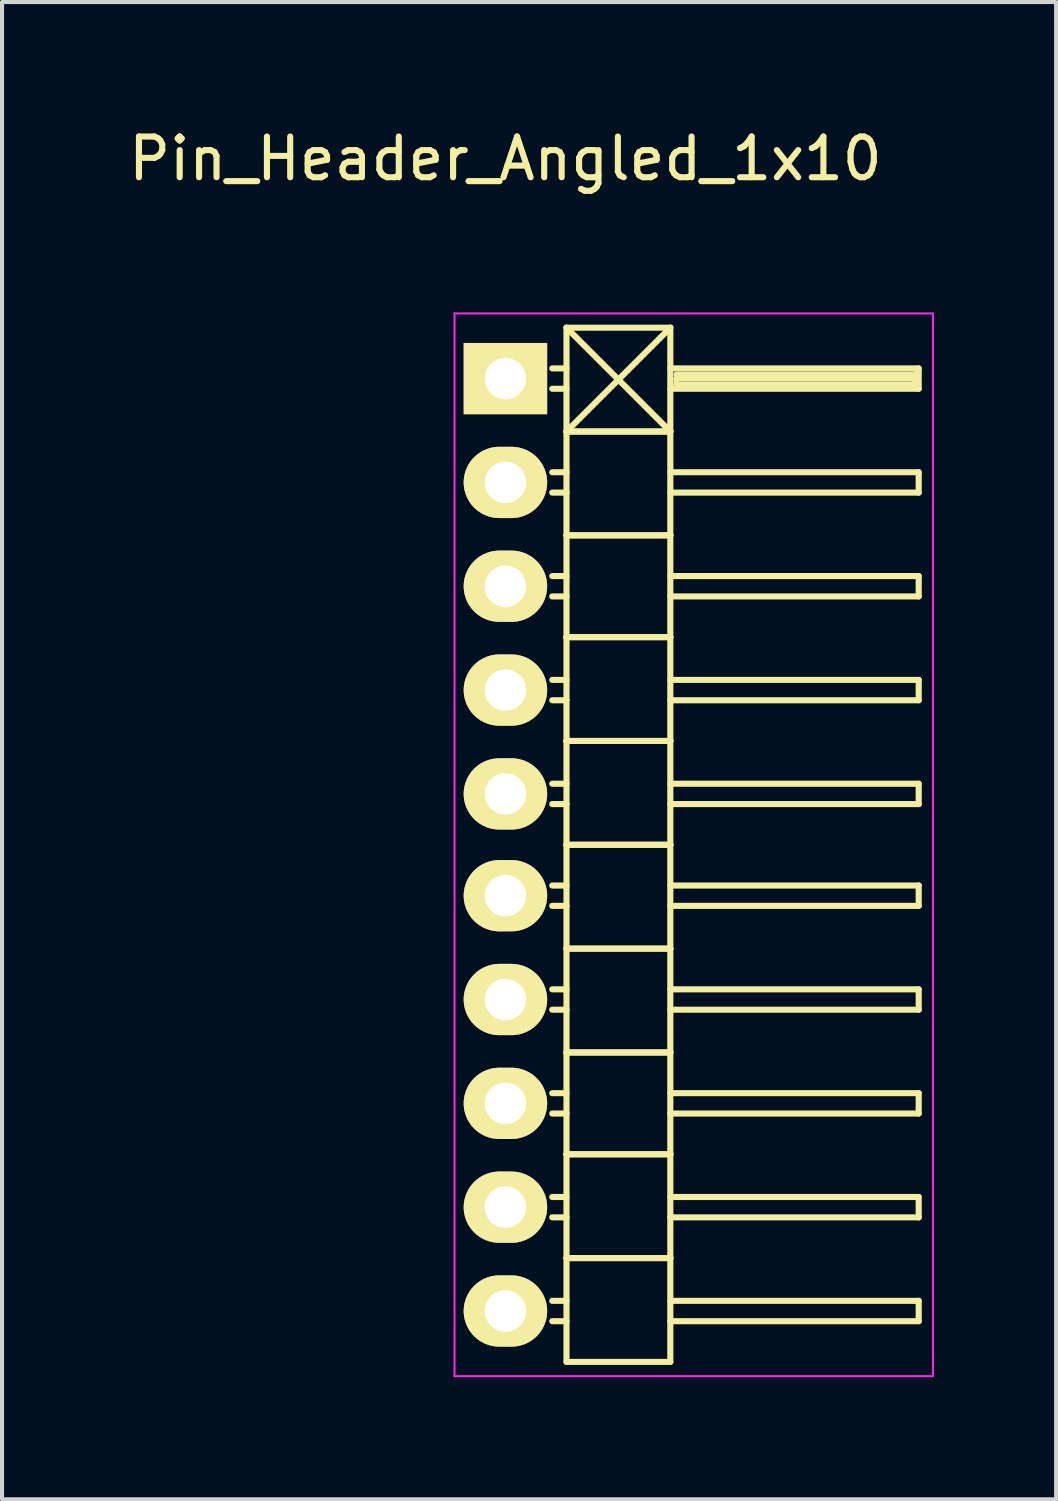
<source format=kicad_pcb>
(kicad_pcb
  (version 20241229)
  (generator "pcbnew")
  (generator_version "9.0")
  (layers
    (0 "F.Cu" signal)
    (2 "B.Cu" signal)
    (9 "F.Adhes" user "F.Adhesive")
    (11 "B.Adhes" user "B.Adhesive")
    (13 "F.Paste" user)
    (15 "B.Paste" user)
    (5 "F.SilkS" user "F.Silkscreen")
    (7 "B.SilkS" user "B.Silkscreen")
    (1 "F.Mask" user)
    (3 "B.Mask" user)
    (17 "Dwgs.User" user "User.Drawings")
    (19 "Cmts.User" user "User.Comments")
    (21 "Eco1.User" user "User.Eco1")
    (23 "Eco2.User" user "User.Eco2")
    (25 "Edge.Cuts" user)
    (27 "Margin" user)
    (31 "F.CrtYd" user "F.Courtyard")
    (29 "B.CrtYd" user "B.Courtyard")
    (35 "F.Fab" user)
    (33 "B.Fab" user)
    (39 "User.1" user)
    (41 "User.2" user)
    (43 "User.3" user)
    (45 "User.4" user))
  (footprint "Pin_Header_Angled_1x10"
    (layer "F.Cu")
    (at 9.363 6.248)
    (property "Reference" "Pin_Header_Angled_1x10" (at 0 -5.4 0) (layer "F.SilkS") (effects (font (size 1 1) (thickness 0.15))))
    (attr through_hole)
    (fp_line (start 1.5 -1.25) (end 1.5 1.3) (stroke (width 0.15) (type solid)) (layer "F.SilkS"))
    (fp_line (start 1.5 -1.25) (end 4.05 -1.25) (stroke (width 0.15) (type solid)) (layer "F.SilkS"))
    (fp_line (start 1.5 -0.25) (end 1.15 -0.25) (stroke (width 0.15) (type solid)) (layer "F.SilkS"))
    (fp_line (start 1.5 0.25) (end 1.15 0.25) (stroke (width 0.15) (type solid)) (layer "F.SilkS"))
    (fp_line (start 1.5 1.3) (end 1.5 3.85) (stroke (width 0.15) (type solid)) (layer "F.SilkS"))
    (fp_line (start 1.5 1.3) (end 4.05 1.3) (stroke (width 0.15) (type solid)) (layer "F.SilkS"))
    (fp_line (start 1.5 1.3) (end 4.05 1.3) (stroke (width 0.15) (type solid)) (layer "F.SilkS"))
    (fp_line (start 1.5 2.3) (end 1.15 2.3) (stroke (width 0.15) (type solid)) (layer "F.SilkS"))
    (fp_line (start 1.5 2.8) (end 1.15 2.8) (stroke (width 0.15) (type solid)) (layer "F.SilkS"))
    (fp_line (start 1.5 3.85) (end 1.5 6.35) (stroke (width 0.15) (type solid)) (layer "F.SilkS"))
    (fp_line (start 1.5 3.85) (end 4.05 3.85) (stroke (width 0.15) (type solid)) (layer "F.SilkS"))
    (fp_line (start 1.5 3.85) (end 4.05 3.85) (stroke (width 0.15) (type solid)) (layer "F.SilkS"))
    (fp_line (start 1.5 4.85) (end 1.15 4.85) (stroke (width 0.15) (type solid)) (layer "F.SilkS"))
    (fp_line (start 1.5 5.35) (end 1.15 5.35) (stroke (width 0.15) (type solid)) (layer "F.SilkS"))
    (fp_line (start 1.5 6.35) (end 1.5 8.9) (stroke (width 0.15) (type solid)) (layer "F.SilkS"))
    (fp_line (start 1.5 6.35) (end 4.05 6.35) (stroke (width 0.15) (type solid)) (layer "F.SilkS"))
    (fp_line (start 1.5 6.35) (end 4.05 6.35) (stroke (width 0.15) (type solid)) (layer "F.SilkS"))
    (fp_line (start 1.5 7.4) (end 1.15 7.4) (stroke (width 0.15) (type solid)) (layer "F.SilkS"))
    (fp_line (start 1.5 7.9) (end 1.15 7.9) (stroke (width 0.15) (type solid)) (layer "F.SilkS"))
    (fp_line (start 1.5 8.9) (end 1.5 11.45) (stroke (width 0.15) (type solid)) (layer "F.SilkS"))
    (fp_line (start 1.5 8.9) (end 4.05 8.9) (stroke (width 0.15) (type solid)) (layer "F.SilkS"))
    (fp_line (start 1.5 8.9) (end 4.05 8.9) (stroke (width 0.15) (type solid)) (layer "F.SilkS"))
    (fp_line (start 1.5 9.95) (end 1.15 9.95) (stroke (width 0.15) (type solid)) (layer "F.SilkS"))
    (fp_line (start 1.5 10.45) (end 1.15 10.45) (stroke (width 0.15) (type solid)) (layer "F.SilkS"))
    (fp_line (start 1.5 11.45) (end 1.5 14) (stroke (width 0.15) (type solid)) (layer "F.SilkS"))
    (fp_line (start 1.5 11.45) (end 4.05 11.45) (stroke (width 0.15) (type solid)) (layer "F.SilkS"))
    (fp_line (start 1.5 11.45) (end 4.05 11.45) (stroke (width 0.15) (type solid)) (layer "F.SilkS"))
    (fp_line (start 1.5 12.45) (end 1.15 12.45) (stroke (width 0.15) (type solid)) (layer "F.SilkS"))
    (fp_line (start 1.5 12.95) (end 1.15 12.95) (stroke (width 0.15) (type solid)) (layer "F.SilkS"))
    (fp_line (start 1.5 14) (end 1.5 16.55) (stroke (width 0.15) (type solid)) (layer "F.SilkS"))
    (fp_line (start 1.5 14) (end 4.05 14) (stroke (width 0.15) (type solid)) (layer "F.SilkS"))
    (fp_line (start 1.5 14) (end 4.05 14) (stroke (width 0.15) (type solid)) (layer "F.SilkS"))
    (fp_line (start 1.5 15) (end 1.15 15) (stroke (width 0.15) (type solid)) (layer "F.SilkS"))
    (fp_line (start 1.5 15.5) (end 1.15 15.5) (stroke (width 0.15) (type solid)) (layer "F.SilkS"))
    (fp_line (start 1.5 16.55) (end 1.5 19.05) (stroke (width 0.15) (type solid)) (layer "F.SilkS"))
    (fp_line (start 1.5 16.55) (end 4.05 16.55) (stroke (width 0.15) (type solid)) (layer "F.SilkS"))
    (fp_line (start 1.5 16.55) (end 4.05 16.55) (stroke (width 0.15) (type solid)) (layer "F.SilkS"))
    (fp_line (start 1.5 17.55) (end 1.15 17.55) (stroke (width 0.15) (type solid)) (layer "F.SilkS"))
    (fp_line (start 1.5 18.05) (end 1.15 18.05) (stroke (width 0.15) (type solid)) (layer "F.SilkS"))
    (fp_line (start 1.5 19.05) (end 1.5 21.6) (stroke (width 0.15) (type solid)) (layer "F.SilkS"))
    (fp_line (start 1.5 19.05) (end 4.05 19.05) (stroke (width 0.15) (type solid)) (layer "F.SilkS"))
    (fp_line (start 1.5 19.05) (end 4.05 19.05) (stroke (width 0.15) (type solid)) (layer "F.SilkS"))
    (fp_line (start 1.5 20.1) (end 1.15 20.1) (stroke (width 0.15) (type solid)) (layer "F.SilkS"))
    (fp_line (start 1.5 20.6) (end 1.15 20.6) (stroke (width 0.15) (type solid)) (layer "F.SilkS"))
    (fp_line (start 1.5 21.6) (end 1.5 24.15) (stroke (width 0.15) (type solid)) (layer "F.SilkS"))
    (fp_line (start 1.5 21.6) (end 4.05 21.6) (stroke (width 0.15) (type solid)) (layer "F.SilkS"))
    (fp_line (start 1.5 21.6) (end 4.05 21.6) (stroke (width 0.15) (type solid)) (layer "F.SilkS"))
    (fp_line (start 1.5 22.65) (end 1.15 22.65) (stroke (width 0.15) (type solid)) (layer "F.SilkS"))
    (fp_line (start 1.5 23.15) (end 1.15 23.15) (stroke (width 0.15) (type solid)) (layer "F.SilkS"))
    (fp_line (start 1.5 24.15) (end 4.05 24.15) (stroke (width 0.15) (type solid)) (layer "F.SilkS"))
    (fp_line (start 4.05 -1.25) (end 1.5 1.3) (stroke (width 0.15) (type solid)) (layer "F.SilkS"))
    (fp_line (start 4.05 -0.25) (end 10.15 -0.25) (stroke (width 0.15) (type solid)) (layer "F.SilkS"))
    (fp_line (start 4.05 1.3) (end 1.5 -1.25) (stroke (width 0.15) (type solid)) (layer "F.SilkS"))
    (fp_line (start 4.05 1.3) (end 4.05 -1.25) (stroke (width 0.15) (type solid)) (layer "F.SilkS"))
    (fp_line (start 4.05 2.3) (end 10.15 2.3) (stroke (width 0.15) (type solid)) (layer "F.SilkS"))
    (fp_line (start 4.05 3.85) (end 4.05 1.3) (stroke (width 0.15) (type solid)) (layer "F.SilkS"))
    (fp_line (start 4.05 4.85) (end 10.15 4.85) (stroke (width 0.15) (type solid)) (layer "F.SilkS"))
    (fp_line (start 4.05 6.35) (end 4.05 3.85) (stroke (width 0.15) (type solid)) (layer "F.SilkS"))
    (fp_line (start 4.05 7.4) (end 10.15 7.4) (stroke (width 0.15) (type solid)) (layer "F.SilkS"))
    (fp_line (start 4.05 8.9) (end 4.05 6.35) (stroke (width 0.15) (type solid)) (layer "F.SilkS"))
    (fp_line (start 4.05 9.95) (end 10.15 9.95) (stroke (width 0.15) (type solid)) (layer "F.SilkS"))
    (fp_line (start 4.05 11.45) (end 4.05 8.9) (stroke (width 0.15) (type solid)) (layer "F.SilkS"))
    (fp_line (start 4.05 12.45) (end 10.15 12.45) (stroke (width 0.15) (type solid)) (layer "F.SilkS"))
    (fp_line (start 4.05 14) (end 4.05 11.45) (stroke (width 0.15) (type solid)) (layer "F.SilkS"))
    (fp_line (start 4.05 15) (end 10.15 15) (stroke (width 0.15) (type solid)) (layer "F.SilkS"))
    (fp_line (start 4.05 16.55) (end 4.05 14) (stroke (width 0.15) (type solid)) (layer "F.SilkS"))
    (fp_line (start 4.05 17.55) (end 10.15 17.55) (stroke (width 0.15) (type solid)) (layer "F.SilkS"))
    (fp_line (start 4.05 19.05) (end 4.05 16.55) (stroke (width 0.15) (type solid)) (layer "F.SilkS"))
    (fp_line (start 4.05 20.1) (end 10.15 20.1) (stroke (width 0.15) (type solid)) (layer "F.SilkS"))
    (fp_line (start 4.05 21.6) (end 4.05 19.05) (stroke (width 0.15) (type solid)) (layer "F.SilkS"))
    (fp_line (start 4.05 22.65) (end 10.15 22.65) (stroke (width 0.15) (type solid)) (layer "F.SilkS"))
    (fp_line (start 4.05 24.15) (end 4.05 21.6) (stroke (width 0.15) (type solid)) (layer "F.SilkS"))
    (fp_line (start 4.2 -0.1) (end 10.05 -0.1) (stroke (width 0.15) (type solid)) (layer "F.SilkS"))
    (fp_line (start 4.2 0) (end 10.05 0) (stroke (width 0.15) (type solid)) (layer "F.SilkS"))
    (fp_line (start 4.2 0.15) (end 4.2 0) (stroke (width 0.15) (type solid)) (layer "F.SilkS"))
    (fp_line (start 10.05 -0.1) (end 10.05 0.15) (stroke (width 0.15) (type solid)) (layer "F.SilkS"))
    (fp_line (start 10.05 0.15) (end 4.2 0.15) (stroke (width 0.15) (type solid)) (layer "F.SilkS"))
    (fp_line (start 10.15 -0.25) (end 10.15 0.25) (stroke (width 0.15) (type solid)) (layer "F.SilkS"))
    (fp_line (start 10.15 0.25) (end 4.05 0.25) (stroke (width 0.15) (type solid)) (layer "F.SilkS"))
    (fp_line (start 10.15 2.3) (end 10.15 2.8) (stroke (width 0.15) (type solid)) (layer "F.SilkS"))
    (fp_line (start 10.15 2.8) (end 4.05 2.8) (stroke (width 0.15) (type solid)) (layer "F.SilkS"))
    (fp_line (start 10.15 4.85) (end 10.15 5.35) (stroke (width 0.15) (type solid)) (layer "F.SilkS"))
    (fp_line (start 10.15 5.35) (end 4.05 5.35) (stroke (width 0.15) (type solid)) (layer "F.SilkS"))
    (fp_line (start 10.15 7.4) (end 10.15 7.9) (stroke (width 0.15) (type solid)) (layer "F.SilkS"))
    (fp_line (start 10.15 7.9) (end 4.05 7.9) (stroke (width 0.15) (type solid)) (layer "F.SilkS"))
    (fp_line (start 10.15 9.95) (end 10.15 10.45) (stroke (width 0.15) (type solid)) (layer "F.SilkS"))
    (fp_line (start 10.15 10.45) (end 4.05 10.45) (stroke (width 0.15) (type solid)) (layer "F.SilkS"))
    (fp_line (start 10.15 12.45) (end 10.15 12.95) (stroke (width 0.15) (type solid)) (layer "F.SilkS"))
    (fp_line (start 10.15 12.95) (end 4.05 12.95) (stroke (width 0.15) (type solid)) (layer "F.SilkS"))
    (fp_line (start 10.15 15) (end 10.15 15.5) (stroke (width 0.15) (type solid)) (layer "F.SilkS"))
    (fp_line (start 10.15 15.5) (end 4.05 15.5) (stroke (width 0.15) (type solid)) (layer "F.SilkS"))
    (fp_line (start 10.15 17.55) (end 10.15 18.05) (stroke (width 0.15) (type solid)) (layer "F.SilkS"))
    (fp_line (start 10.15 18.05) (end 4.05 18.05) (stroke (width 0.15) (type solid)) (layer "F.SilkS"))
    (fp_line (start 10.15 20.1) (end 10.15 20.6) (stroke (width 0.15) (type solid)) (layer "F.SilkS"))
    (fp_line (start 10.15 20.6) (end 4.05 20.6) (stroke (width 0.15) (type solid)) (layer "F.SilkS"))
    (fp_line (start 10.15 22.65) (end 10.15 23.15) (stroke (width 0.15) (type solid)) (layer "F.SilkS"))
    (fp_line (start 10.15 23.15) (end 4.05 23.15) (stroke (width 0.15) (type solid)) (layer "F.SilkS"))
    (fp_line (start -1.25 -1.6) (end -1.25 24.5) (stroke (width 0.05) (type solid)) (layer "F.CrtYd"))
    (fp_line (start -1.25 -1.6) (end 10.5 -1.6) (stroke (width 0.05) (type solid)) (layer "F.CrtYd"))
    (fp_line (start -1.25 24.5) (end 10.5 24.5) (stroke (width 0.05) (type solid)) (layer "F.CrtYd"))
    (fp_line (start 10.5 -1.6) (end 10.5 24.5) (stroke (width 0.05) (type solid)) (layer "F.CrtYd"))
    (pad "1" thru_hole rect (at 0 0) (size 2.05 1.75) (drill 1.016) (layers "*.Cu" "*.Mask" "F.SilkS"))
    (pad "2" thru_hole oval (at 0 2.55) (size 2.05 1.75) (drill 1.016) (layers "*.Cu" "*.Mask" "F.SilkS"))
    (pad "3" thru_hole oval (at 0 5.1) (size 2.05 1.75) (drill 1.016) (layers "*.Cu" "*.Mask" "F.SilkS"))
    (pad "4" thru_hole oval (at 0 7.65) (size 2.05 1.75) (drill 1.016) (layers "*.Cu" "*.Mask" "F.SilkS"))
    (pad "5" thru_hole oval (at 0 10.2) (size 2.05 1.75) (drill 1.016) (layers "*.Cu" "*.Mask" "F.SilkS"))
    (pad "6" thru_hole oval (at 0 12.7) (size 2.05 1.75) (drill 1.016) (layers "*.Cu" "*.Mask" "F.SilkS"))
    (pad "7" thru_hole oval (at 0 15.25) (size 2.05 1.75) (drill 1.016) (layers "*.Cu" "*.Mask" "F.SilkS"))
    (pad "8" thru_hole oval (at 0 17.8) (size 2.05 1.75) (drill 1.016) (layers "*.Cu" "*.Mask" "F.SilkS"))
    (pad "9" thru_hole oval (at 0 20.35) (size 2.05 1.75) (drill 1.016) (layers "*.Cu" "*.Mask" "F.SilkS"))
    (pad "10" thru_hole oval (at 0 22.9) (size 2.05 1.75) (drill 1.016) (layers "*.Cu" "*.Mask" "F.SilkS")))
  (gr_rect
    (start -3 -3)
    (end 22.888 33.773)
    (stroke (width 0.1) (type default))
    (fill no)
    (layer "Edge.Cuts")))
</source>
